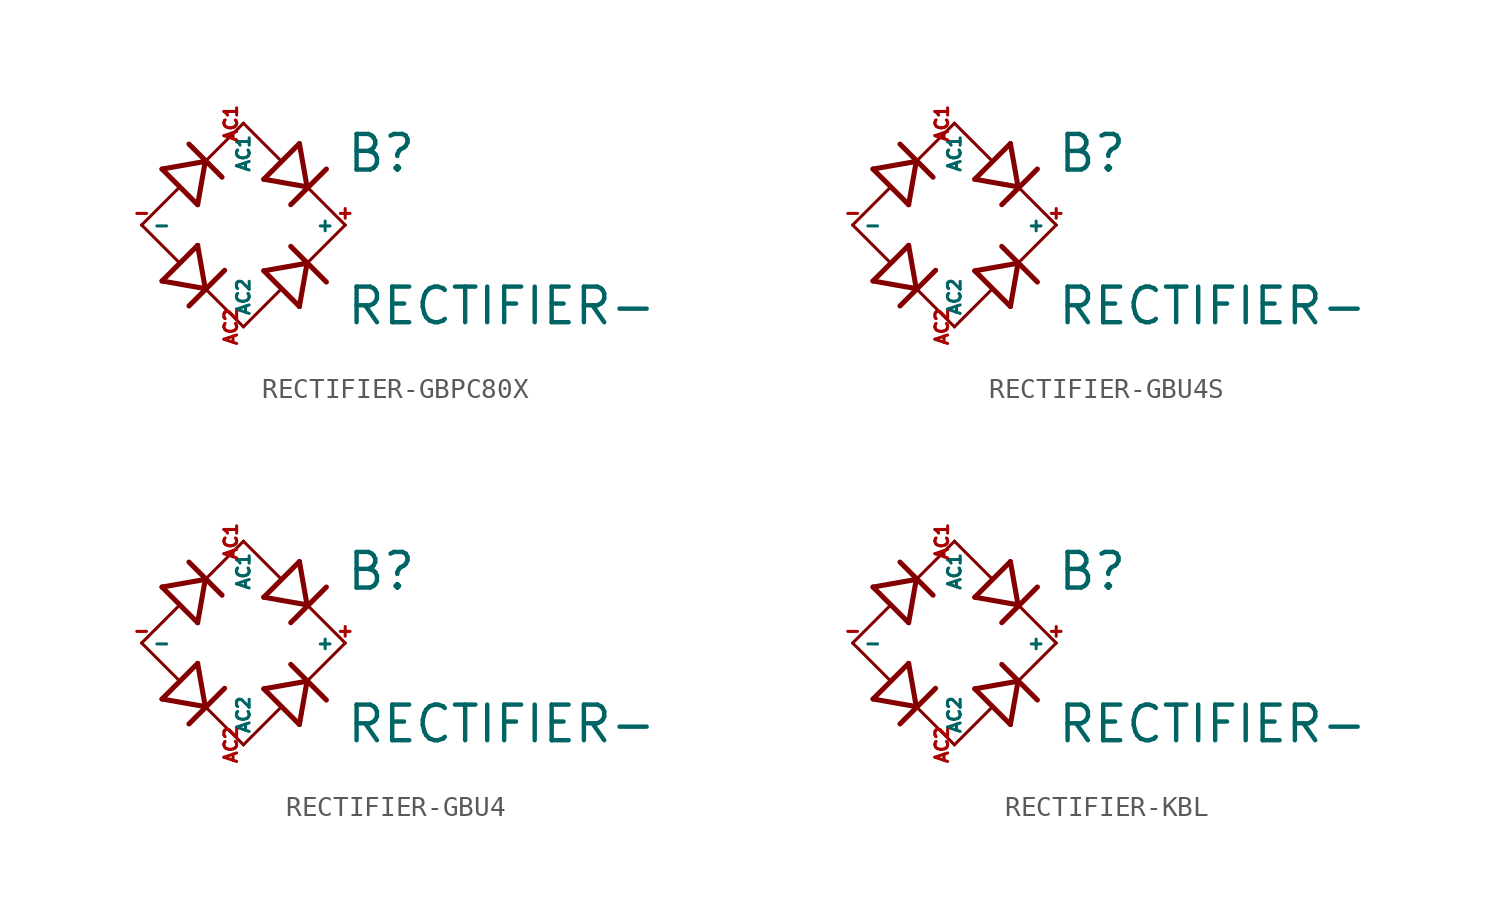
<source format=kicad_sym>
(kicad_symbol_lib
  (version 20220914)
  (generator Eagle2Kicad)
  (symbol "RECTIFIER-GBPC80X"
    (property "Reference" "B"
      (at 5.08 2.54 0)
      (effects (font (size 1.778 1.778) (thickness 0.22)) (justify left bottom)))
    (property "Value" "RECTIFIER-"
      (at 5.08 -5.08 0)
      (effects (font (size 1.778 1.778) (thickness 0.22)) (justify left bottom)))
    (polyline
      (pts (xy -1.905 -3.175) (xy -4.064 -2.794))
      (stroke (width 0.254) (type default))
      (fill (type none)))
    (polyline
      (pts (xy -1.905 -3.175) (xy -2.286 -1.016))
      (stroke (width 0.254) (type default))
      (fill (type none)))
    (polyline
      (pts (xy -2.718 -4.039) (xy -0.94 -2.261))
      (stroke (width 0.254) (type default))
      (fill (type none)))
    (polyline
      (pts (xy -1.905 3.175) (xy -4.064 2.794))
      (stroke (width 0.254) (type default))
      (fill (type none)))
    (polyline
      (pts (xy -1.905 3.175) (xy -2.286 1.016))
      (stroke (width 0.254) (type default))
      (fill (type none)))
    (polyline
      (pts (xy -2.718 4.039) (xy -1.067 2.388))
      (stroke (width 0.254) (type default))
      (fill (type none)))
    (polyline
      (pts (xy 3.175 1.905) (xy 2.794 4.064))
      (stroke (width 0.254) (type default))
      (fill (type none)))
    (polyline
      (pts (xy 3.175 1.905) (xy 1.016 2.286))
      (stroke (width 0.254) (type default))
      (fill (type none)))
    (polyline
      (pts (xy 2.362 1.016) (xy 4.14 2.794))
      (stroke (width 0.254) (type default))
      (fill (type none)))
    (polyline
      (pts (xy 3.175 -1.905) (xy 2.794 -4.064))
      (stroke (width 0.254) (type default))
      (fill (type none)))
    (polyline
      (pts (xy 3.175 -1.905) (xy 1.016 -2.286))
      (stroke (width 0.254) (type default))
      (fill (type none)))
    (polyline
      (pts (xy 2.362 -1.067) (xy 4.14 -2.845))
      (stroke (width 0.254) (type default))
      (fill (type none)))
    (polyline
      (pts (xy 5.08 0) (xy 3.175 -1.905))
      (stroke (width 0.152) (type default))
      (fill (type none)))
    (polyline
      (pts (xy 0 -5.08) (xy -1.905 -3.175))
      (stroke (width 0.152) (type default))
      (fill (type none)))
    (polyline
      (pts (xy -3.277 -1.803) (xy -5.08 0))
      (stroke (width 0.152) (type default))
      (fill (type none)))
    (polyline
      (pts (xy -4.064 -2.794) (xy -2.286 -1.016))
      (stroke (width 0.254) (type default))
      (fill (type none)))
    (polyline
      (pts (xy -5.08 0) (xy -3.277 1.803))
      (stroke (width 0.152) (type default))
      (fill (type none)))
    (polyline
      (pts (xy -4.064 2.794) (xy -2.286 1.016))
      (stroke (width 0.254) (type default))
      (fill (type none)))
    (polyline
      (pts (xy -1.905 3.175) (xy 0 5.08))
      (stroke (width 0.152) (type default))
      (fill (type none)))
    (polyline
      (pts (xy 0 5.08) (xy 1.803 3.277))
      (stroke (width 0.152) (type default))
      (fill (type none)))
    (polyline
      (pts (xy 1.016 2.286) (xy 2.794 4.064))
      (stroke (width 0.254) (type default))
      (fill (type none)))
    (polyline
      (pts (xy 3.175 1.905) (xy 5.08 0))
      (stroke (width 0.152) (type default))
      (fill (type none)))
    (polyline
      (pts (xy 0 -5.08) (xy 1.803 -3.277))
      (stroke (width 0.152) (type default))
      (fill (type none)))
    (polyline
      (pts (xy 1.016 -2.286) (xy 2.794 -4.064))
      (stroke (width 0.254) (type default))
      (fill (type none)))
    (pin passive line
      (at 0 5.08 270)
      (length 0)
      (name "AC1" (effects (font (size 0.635 0.635) (thickness 0.08)) (justify left bottom)))
      (number "AC1" (effects (font (size 0.635 0.635) (thickness 0.08)) (justify left bottom))))
    (pin passive line
      (at 5.08 0 180)
      (length 0)
      (name "+" (effects (font (size 0.635 0.635) (thickness 0.08)) (justify left bottom)))
      (number "+" (effects (font (size 0.635 0.635) (thickness 0.08)) (justify left bottom))))
    (pin passive line
      (at 0 -5.08 90)
      (length 0)
      (name "AC2" (effects (font (size 0.635 0.635) (thickness 0.08)) (justify left bottom)))
      (number "AC2" (effects (font (size 0.635 0.635) (thickness 0.08)) (justify left bottom))))
    (pin passive line
      (at -5.08 0 0)
      (length 0)
      (name "-" (effects (font (size 0.635 0.635) (thickness 0.08)) (justify left bottom)))
      (number "-" (effects (font (size 0.635 0.635) (thickness 0.08)) (justify left bottom)))))
  (symbol "RECTIFIER-GBU4S"
    (property "Reference" "B"
      (at 5.08 2.54 0)
      (effects (font (size 1.778 1.778) (thickness 0.22)) (justify left bottom)))
    (property "Value" "RECTIFIER-"
      (at 5.08 -5.08 0)
      (effects (font (size 1.778 1.778) (thickness 0.22)) (justify left bottom)))
    (polyline
      (pts (xy -1.905 -3.175) (xy -4.064 -2.794))
      (stroke (width 0.254) (type default))
      (fill (type none)))
    (polyline
      (pts (xy -1.905 -3.175) (xy -2.286 -1.016))
      (stroke (width 0.254) (type default))
      (fill (type none)))
    (polyline
      (pts (xy -2.718 -4.039) (xy -0.94 -2.261))
      (stroke (width 0.254) (type default))
      (fill (type none)))
    (polyline
      (pts (xy -1.905 3.175) (xy -4.064 2.794))
      (stroke (width 0.254) (type default))
      (fill (type none)))
    (polyline
      (pts (xy -1.905 3.175) (xy -2.286 1.016))
      (stroke (width 0.254) (type default))
      (fill (type none)))
    (polyline
      (pts (xy -2.718 4.039) (xy -1.067 2.388))
      (stroke (width 0.254) (type default))
      (fill (type none)))
    (polyline
      (pts (xy 3.175 1.905) (xy 2.794 4.064))
      (stroke (width 0.254) (type default))
      (fill (type none)))
    (polyline
      (pts (xy 3.175 1.905) (xy 1.016 2.286))
      (stroke (width 0.254) (type default))
      (fill (type none)))
    (polyline
      (pts (xy 2.362 1.016) (xy 4.14 2.794))
      (stroke (width 0.254) (type default))
      (fill (type none)))
    (polyline
      (pts (xy 3.175 -1.905) (xy 2.794 -4.064))
      (stroke (width 0.254) (type default))
      (fill (type none)))
    (polyline
      (pts (xy 3.175 -1.905) (xy 1.016 -2.286))
      (stroke (width 0.254) (type default))
      (fill (type none)))
    (polyline
      (pts (xy 2.362 -1.067) (xy 4.14 -2.845))
      (stroke (width 0.254) (type default))
      (fill (type none)))
    (polyline
      (pts (xy 5.08 0) (xy 3.175 -1.905))
      (stroke (width 0.152) (type default))
      (fill (type none)))
    (polyline
      (pts (xy 0 -5.08) (xy -1.905 -3.175))
      (stroke (width 0.152) (type default))
      (fill (type none)))
    (polyline
      (pts (xy -3.277 -1.803) (xy -5.08 0))
      (stroke (width 0.152) (type default))
      (fill (type none)))
    (polyline
      (pts (xy -4.064 -2.794) (xy -2.286 -1.016))
      (stroke (width 0.254) (type default))
      (fill (type none)))
    (polyline
      (pts (xy -5.08 0) (xy -3.277 1.803))
      (stroke (width 0.152) (type default))
      (fill (type none)))
    (polyline
      (pts (xy -4.064 2.794) (xy -2.286 1.016))
      (stroke (width 0.254) (type default))
      (fill (type none)))
    (polyline
      (pts (xy -1.905 3.175) (xy 0 5.08))
      (stroke (width 0.152) (type default))
      (fill (type none)))
    (polyline
      (pts (xy 0 5.08) (xy 1.803 3.277))
      (stroke (width 0.152) (type default))
      (fill (type none)))
    (polyline
      (pts (xy 1.016 2.286) (xy 2.794 4.064))
      (stroke (width 0.254) (type default))
      (fill (type none)))
    (polyline
      (pts (xy 3.175 1.905) (xy 5.08 0))
      (stroke (width 0.152) (type default))
      (fill (type none)))
    (polyline
      (pts (xy 0 -5.08) (xy 1.803 -3.277))
      (stroke (width 0.152) (type default))
      (fill (type none)))
    (polyline
      (pts (xy 1.016 -2.286) (xy 2.794 -4.064))
      (stroke (width 0.254) (type default))
      (fill (type none)))
    (pin passive line
      (at 0 5.08 270)
      (length 0)
      (name "AC1" (effects (font (size 0.635 0.635) (thickness 0.08)) (justify left bottom)))
      (number "AC1" (effects (font (size 0.635 0.635) (thickness 0.08)) (justify left bottom))))
    (pin passive line
      (at 5.08 0 180)
      (length 0)
      (name "+" (effects (font (size 0.635 0.635) (thickness 0.08)) (justify left bottom)))
      (number "+" (effects (font (size 0.635 0.635) (thickness 0.08)) (justify left bottom))))
    (pin passive line
      (at 0 -5.08 90)
      (length 0)
      (name "AC2" (effects (font (size 0.635 0.635) (thickness 0.08)) (justify left bottom)))
      (number "AC2" (effects (font (size 0.635 0.635) (thickness 0.08)) (justify left bottom))))
    (pin passive line
      (at -5.08 0 0)
      (length 0)
      (name "-" (effects (font (size 0.635 0.635) (thickness 0.08)) (justify left bottom)))
      (number "-" (effects (font (size 0.635 0.635) (thickness 0.08)) (justify left bottom)))))
  (symbol "RECTIFIER-GBU4"
    (property "Reference" "B"
      (at 5.08 2.54 0)
      (effects (font (size 1.778 1.778) (thickness 0.22)) (justify left bottom)))
    (property "Value" "RECTIFIER-"
      (at 5.08 -5.08 0)
      (effects (font (size 1.778 1.778) (thickness 0.22)) (justify left bottom)))
    (polyline
      (pts (xy -1.905 -3.175) (xy -4.064 -2.794))
      (stroke (width 0.254) (type default))
      (fill (type none)))
    (polyline
      (pts (xy -1.905 -3.175) (xy -2.286 -1.016))
      (stroke (width 0.254) (type default))
      (fill (type none)))
    (polyline
      (pts (xy -2.718 -4.039) (xy -0.94 -2.261))
      (stroke (width 0.254) (type default))
      (fill (type none)))
    (polyline
      (pts (xy -1.905 3.175) (xy -4.064 2.794))
      (stroke (width 0.254) (type default))
      (fill (type none)))
    (polyline
      (pts (xy -1.905 3.175) (xy -2.286 1.016))
      (stroke (width 0.254) (type default))
      (fill (type none)))
    (polyline
      (pts (xy -2.718 4.039) (xy -1.067 2.388))
      (stroke (width 0.254) (type default))
      (fill (type none)))
    (polyline
      (pts (xy 3.175 1.905) (xy 2.794 4.064))
      (stroke (width 0.254) (type default))
      (fill (type none)))
    (polyline
      (pts (xy 3.175 1.905) (xy 1.016 2.286))
      (stroke (width 0.254) (type default))
      (fill (type none)))
    (polyline
      (pts (xy 2.362 1.016) (xy 4.14 2.794))
      (stroke (width 0.254) (type default))
      (fill (type none)))
    (polyline
      (pts (xy 3.175 -1.905) (xy 2.794 -4.064))
      (stroke (width 0.254) (type default))
      (fill (type none)))
    (polyline
      (pts (xy 3.175 -1.905) (xy 1.016 -2.286))
      (stroke (width 0.254) (type default))
      (fill (type none)))
    (polyline
      (pts (xy 2.362 -1.067) (xy 4.14 -2.845))
      (stroke (width 0.254) (type default))
      (fill (type none)))
    (polyline
      (pts (xy 5.08 0) (xy 3.175 -1.905))
      (stroke (width 0.152) (type default))
      (fill (type none)))
    (polyline
      (pts (xy 0 -5.08) (xy -1.905 -3.175))
      (stroke (width 0.152) (type default))
      (fill (type none)))
    (polyline
      (pts (xy -3.277 -1.803) (xy -5.08 0))
      (stroke (width 0.152) (type default))
      (fill (type none)))
    (polyline
      (pts (xy -4.064 -2.794) (xy -2.286 -1.016))
      (stroke (width 0.254) (type default))
      (fill (type none)))
    (polyline
      (pts (xy -5.08 0) (xy -3.277 1.803))
      (stroke (width 0.152) (type default))
      (fill (type none)))
    (polyline
      (pts (xy -4.064 2.794) (xy -2.286 1.016))
      (stroke (width 0.254) (type default))
      (fill (type none)))
    (polyline
      (pts (xy -1.905 3.175) (xy 0 5.08))
      (stroke (width 0.152) (type default))
      (fill (type none)))
    (polyline
      (pts (xy 0 5.08) (xy 1.803 3.277))
      (stroke (width 0.152) (type default))
      (fill (type none)))
    (polyline
      (pts (xy 1.016 2.286) (xy 2.794 4.064))
      (stroke (width 0.254) (type default))
      (fill (type none)))
    (polyline
      (pts (xy 3.175 1.905) (xy 5.08 0))
      (stroke (width 0.152) (type default))
      (fill (type none)))
    (polyline
      (pts (xy 0 -5.08) (xy 1.803 -3.277))
      (stroke (width 0.152) (type default))
      (fill (type none)))
    (polyline
      (pts (xy 1.016 -2.286) (xy 2.794 -4.064))
      (stroke (width 0.254) (type default))
      (fill (type none)))
    (pin passive line
      (at 0 5.08 270)
      (length 0)
      (name "AC1" (effects (font (size 0.635 0.635) (thickness 0.08)) (justify left bottom)))
      (number "AC1" (effects (font (size 0.635 0.635) (thickness 0.08)) (justify left bottom))))
    (pin passive line
      (at 5.08 0 180)
      (length 0)
      (name "+" (effects (font (size 0.635 0.635) (thickness 0.08)) (justify left bottom)))
      (number "+" (effects (font (size 0.635 0.635) (thickness 0.08)) (justify left bottom))))
    (pin passive line
      (at 0 -5.08 90)
      (length 0)
      (name "AC2" (effects (font (size 0.635 0.635) (thickness 0.08)) (justify left bottom)))
      (number "AC2" (effects (font (size 0.635 0.635) (thickness 0.08)) (justify left bottom))))
    (pin passive line
      (at -5.08 0 0)
      (length 0)
      (name "-" (effects (font (size 0.635 0.635) (thickness 0.08)) (justify left bottom)))
      (number "-" (effects (font (size 0.635 0.635) (thickness 0.08)) (justify left bottom)))))
  (symbol "RECTIFIER-KBL"
    (property "Reference" "B"
      (at 5.08 2.54 0)
      (effects (font (size 1.778 1.778) (thickness 0.22)) (justify left bottom)))
    (property "Value" "RECTIFIER-"
      (at 5.08 -5.08 0)
      (effects (font (size 1.778 1.778) (thickness 0.22)) (justify left bottom)))
    (polyline
      (pts (xy -1.905 -3.175) (xy -4.064 -2.794))
      (stroke (width 0.254) (type default))
      (fill (type none)))
    (polyline
      (pts (xy -1.905 -3.175) (xy -2.286 -1.016))
      (stroke (width 0.254) (type default))
      (fill (type none)))
    (polyline
      (pts (xy -2.718 -4.039) (xy -0.94 -2.261))
      (stroke (width 0.254) (type default))
      (fill (type none)))
    (polyline
      (pts (xy -1.905 3.175) (xy -4.064 2.794))
      (stroke (width 0.254) (type default))
      (fill (type none)))
    (polyline
      (pts (xy -1.905 3.175) (xy -2.286 1.016))
      (stroke (width 0.254) (type default))
      (fill (type none)))
    (polyline
      (pts (xy -2.718 4.039) (xy -1.067 2.388))
      (stroke (width 0.254) (type default))
      (fill (type none)))
    (polyline
      (pts (xy 3.175 1.905) (xy 2.794 4.064))
      (stroke (width 0.254) (type default))
      (fill (type none)))
    (polyline
      (pts (xy 3.175 1.905) (xy 1.016 2.286))
      (stroke (width 0.254) (type default))
      (fill (type none)))
    (polyline
      (pts (xy 2.362 1.016) (xy 4.14 2.794))
      (stroke (width 0.254) (type default))
      (fill (type none)))
    (polyline
      (pts (xy 3.175 -1.905) (xy 2.794 -4.064))
      (stroke (width 0.254) (type default))
      (fill (type none)))
    (polyline
      (pts (xy 3.175 -1.905) (xy 1.016 -2.286))
      (stroke (width 0.254) (type default))
      (fill (type none)))
    (polyline
      (pts (xy 2.362 -1.067) (xy 4.14 -2.845))
      (stroke (width 0.254) (type default))
      (fill (type none)))
    (polyline
      (pts (xy 5.08 0) (xy 3.175 -1.905))
      (stroke (width 0.152) (type default))
      (fill (type none)))
    (polyline
      (pts (xy 0 -5.08) (xy -1.905 -3.175))
      (stroke (width 0.152) (type default))
      (fill (type none)))
    (polyline
      (pts (xy -3.277 -1.803) (xy -5.08 0))
      (stroke (width 0.152) (type default))
      (fill (type none)))
    (polyline
      (pts (xy -4.064 -2.794) (xy -2.286 -1.016))
      (stroke (width 0.254) (type default))
      (fill (type none)))
    (polyline
      (pts (xy -5.08 0) (xy -3.277 1.803))
      (stroke (width 0.152) (type default))
      (fill (type none)))
    (polyline
      (pts (xy -4.064 2.794) (xy -2.286 1.016))
      (stroke (width 0.254) (type default))
      (fill (type none)))
    (polyline
      (pts (xy -1.905 3.175) (xy 0 5.08))
      (stroke (width 0.152) (type default))
      (fill (type none)))
    (polyline
      (pts (xy 0 5.08) (xy 1.803 3.277))
      (stroke (width 0.152) (type default))
      (fill (type none)))
    (polyline
      (pts (xy 1.016 2.286) (xy 2.794 4.064))
      (stroke (width 0.254) (type default))
      (fill (type none)))
    (polyline
      (pts (xy 3.175 1.905) (xy 5.08 0))
      (stroke (width 0.152) (type default))
      (fill (type none)))
    (polyline
      (pts (xy 0 -5.08) (xy 1.803 -3.277))
      (stroke (width 0.152) (type default))
      (fill (type none)))
    (polyline
      (pts (xy 1.016 -2.286) (xy 2.794 -4.064))
      (stroke (width 0.254) (type default))
      (fill (type none)))
    (pin passive line
      (at 0 5.08 270)
      (length 0)
      (name "AC1" (effects (font (size 0.635 0.635) (thickness 0.08)) (justify left bottom)))
      (number "AC1" (effects (font (size 0.635 0.635) (thickness 0.08)) (justify left bottom))))
    (pin passive line
      (at 5.08 0 180)
      (length 0)
      (name "+" (effects (font (size 0.635 0.635) (thickness 0.08)) (justify left bottom)))
      (number "+" (effects (font (size 0.635 0.635) (thickness 0.08)) (justify left bottom))))
    (pin passive line
      (at 0 -5.08 90)
      (length 0)
      (name "AC2" (effects (font (size 0.635 0.635) (thickness 0.08)) (justify left bottom)))
      (number "AC2" (effects (font (size 0.635 0.635) (thickness 0.08)) (justify left bottom))))
    (pin passive line
      (at -5.08 0 0)
      (length 0)
      (name "-" (effects (font (size 0.635 0.635) (thickness 0.08)) (justify left bottom)))
      (number "-" (effects (font (size 0.635 0.635) (thickness 0.08)) (justify left bottom))))))
</source>
